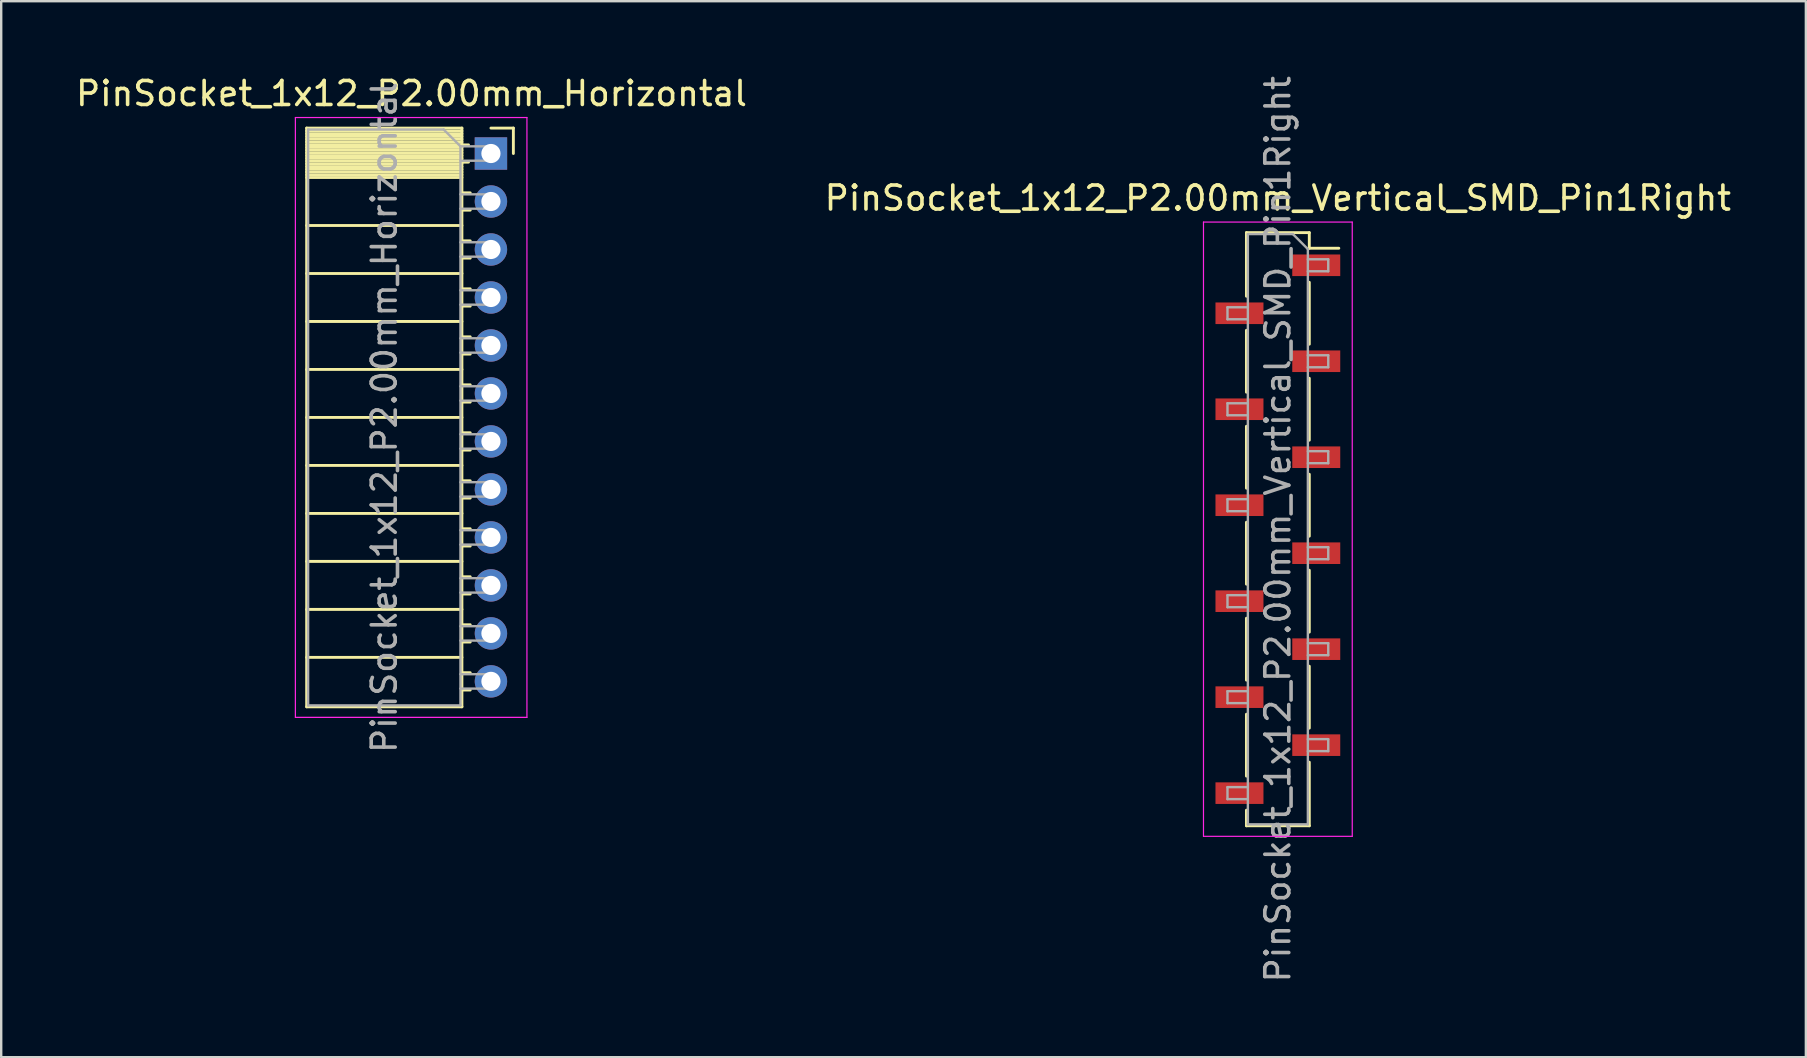
<source format=kicad_pcb>
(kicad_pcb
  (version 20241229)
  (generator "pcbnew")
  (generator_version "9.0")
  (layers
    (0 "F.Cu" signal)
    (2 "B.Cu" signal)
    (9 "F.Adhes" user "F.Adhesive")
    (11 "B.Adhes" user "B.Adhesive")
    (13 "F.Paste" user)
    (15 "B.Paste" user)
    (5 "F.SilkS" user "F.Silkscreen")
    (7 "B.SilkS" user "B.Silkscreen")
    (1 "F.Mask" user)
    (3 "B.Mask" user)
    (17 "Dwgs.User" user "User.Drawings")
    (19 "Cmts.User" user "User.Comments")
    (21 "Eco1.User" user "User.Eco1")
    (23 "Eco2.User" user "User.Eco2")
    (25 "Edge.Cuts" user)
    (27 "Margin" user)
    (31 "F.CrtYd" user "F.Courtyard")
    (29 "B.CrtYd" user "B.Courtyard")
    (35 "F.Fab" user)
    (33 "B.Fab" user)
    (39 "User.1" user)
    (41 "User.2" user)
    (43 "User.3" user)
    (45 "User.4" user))
  (footprint "PinSocket_1x12_P2.00mm_Horizontal"
    (layer "F.Cu")
    (at 17.411 3.348)
    (property "Reference" "PinSocket_1x12_P2.00mm_Horizontal" (at -3.31 -2.5 0) (layer "F.SilkS") (effects (font (size 1 1) (thickness 0.15))))
    (attr through_hole)
    (fp_line (start -7.68 -1.06) (end -7.68 23.06) (stroke (width 0.12) (type solid)) (layer "F.SilkS"))
    (fp_line (start -7.68 -1.06) (end -1.21 -1.06) (stroke (width 0.12) (type solid)) (layer "F.SilkS"))
    (fp_line (start -7.68 -0.94) (end -1.21 -0.94) (stroke (width 0.12) (type solid)) (layer "F.SilkS"))
    (fp_line (start -7.68 -0.826) (end -1.21 -0.826) (stroke (width 0.12) (type solid)) (layer "F.SilkS"))
    (fp_line (start -7.68 -0.712) (end -1.21 -0.712) (stroke (width 0.12) (type solid)) (layer "F.SilkS"))
    (fp_line (start -7.68 -0.598) (end -1.21 -0.598) (stroke (width 0.12) (type solid)) (layer "F.SilkS"))
    (fp_line (start -7.68 -0.484) (end -1.21 -0.484) (stroke (width 0.12) (type solid)) (layer "F.SilkS"))
    (fp_line (start -7.68 -0.369) (end -1.21 -0.369) (stroke (width 0.12) (type solid)) (layer "F.SilkS"))
    (fp_line (start -7.68 -0.255) (end -1.21 -0.255) (stroke (width 0.12) (type solid)) (layer "F.SilkS"))
    (fp_line (start -7.68 -0.141) (end -1.21 -0.141) (stroke (width 0.12) (type solid)) (layer "F.SilkS"))
    (fp_line (start -7.68 -0.027) (end -1.21 -0.027) (stroke (width 0.12) (type solid)) (layer "F.SilkS"))
    (fp_line (start -7.68 0.087) (end -1.21 0.087) (stroke (width 0.12) (type solid)) (layer "F.SilkS"))
    (fp_line (start -7.68 0.201) (end -1.21 0.201) (stroke (width 0.12) (type solid)) (layer "F.SilkS"))
    (fp_line (start -7.68 0.315) (end -1.21 0.315) (stroke (width 0.12) (type solid)) (layer "F.SilkS"))
    (fp_line (start -7.68 0.429) (end -1.21 0.429) (stroke (width 0.12) (type solid)) (layer "F.SilkS"))
    (fp_line (start -7.68 0.544) (end -1.21 0.544) (stroke (width 0.12) (type solid)) (layer "F.SilkS"))
    (fp_line (start -7.68 0.658) (end -1.21 0.658) (stroke (width 0.12) (type solid)) (layer "F.SilkS"))
    (fp_line (start -7.68 0.772) (end -1.21 0.772) (stroke (width 0.12) (type solid)) (layer "F.SilkS"))
    (fp_line (start -7.68 0.886) (end -1.21 0.886) (stroke (width 0.12) (type solid)) (layer "F.SilkS"))
    (fp_line (start -7.68 1) (end -1.21 1) (stroke (width 0.12) (type solid)) (layer "F.SilkS"))
    (fp_line (start -7.68 3) (end -1.21 3) (stroke (width 0.12) (type solid)) (layer "F.SilkS"))
    (fp_line (start -7.68 5) (end -1.21 5) (stroke (width 0.12) (type solid)) (layer "F.SilkS"))
    (fp_line (start -7.68 7) (end -1.21 7) (stroke (width 0.12) (type solid)) (layer "F.SilkS"))
    (fp_line (start -7.68 9) (end -1.21 9) (stroke (width 0.12) (type solid)) (layer "F.SilkS"))
    (fp_line (start -7.68 11) (end -1.21 11) (stroke (width 0.12) (type solid)) (layer "F.SilkS"))
    (fp_line (start -7.68 13) (end -1.21 13) (stroke (width 0.12) (type solid)) (layer "F.SilkS"))
    (fp_line (start -7.68 15) (end -1.21 15) (stroke (width 0.12) (type solid)) (layer "F.SilkS"))
    (fp_line (start -7.68 17) (end -1.21 17) (stroke (width 0.12) (type solid)) (layer "F.SilkS"))
    (fp_line (start -7.68 19) (end -1.21 19) (stroke (width 0.12) (type solid)) (layer "F.SilkS"))
    (fp_line (start -7.68 21) (end -1.21 21) (stroke (width 0.12) (type solid)) (layer "F.SilkS"))
    (fp_line (start -7.68 23.06) (end -1.21 23.06) (stroke (width 0.12) (type solid)) (layer "F.SilkS"))
    (fp_line (start -1.21 -1.06) (end -1.21 23.06) (stroke (width 0.12) (type solid)) (layer "F.SilkS"))
    (fp_line (start -1.21 -0.36) (end -0.935 -0.36) (stroke (width 0.12) (type solid)) (layer "F.SilkS"))
    (fp_line (start -1.21 0.36) (end -0.935 0.36) (stroke (width 0.12) (type solid)) (layer "F.SilkS"))
    (fp_line (start -1.21 1.64) (end -0.863 1.64) (stroke (width 0.12) (type solid)) (layer "F.SilkS"))
    (fp_line (start -1.21 2.36) (end -0.863 2.36) (stroke (width 0.12) (type solid)) (layer "F.SilkS"))
    (fp_line (start -1.21 3.64) (end -0.863 3.64) (stroke (width 0.12) (type solid)) (layer "F.SilkS"))
    (fp_line (start -1.21 4.36) (end -0.863 4.36) (stroke (width 0.12) (type solid)) (layer "F.SilkS"))
    (fp_line (start -1.21 5.64) (end -0.863 5.64) (stroke (width 0.12) (type solid)) (layer "F.SilkS"))
    (fp_line (start -1.21 6.36) (end -0.863 6.36) (stroke (width 0.12) (type solid)) (layer "F.SilkS"))
    (fp_line (start -1.21 7.64) (end -0.863 7.64) (stroke (width 0.12) (type solid)) (layer "F.SilkS"))
    (fp_line (start -1.21 8.36) (end -0.863 8.36) (stroke (width 0.12) (type solid)) (layer "F.SilkS"))
    (fp_line (start -1.21 9.64) (end -0.863 9.64) (stroke (width 0.12) (type solid)) (layer "F.SilkS"))
    (fp_line (start -1.21 10.36) (end -0.863 10.36) (stroke (width 0.12) (type solid)) (layer "F.SilkS"))
    (fp_line (start -1.21 11.64) (end -0.863 11.64) (stroke (width 0.12) (type solid)) (layer "F.SilkS"))
    (fp_line (start -1.21 12.36) (end -0.863 12.36) (stroke (width 0.12) (type solid)) (layer "F.SilkS"))
    (fp_line (start -1.21 13.64) (end -0.863 13.64) (stroke (width 0.12) (type solid)) (layer "F.SilkS"))
    (fp_line (start -1.21 14.36) (end -0.863 14.36) (stroke (width 0.12) (type solid)) (layer "F.SilkS"))
    (fp_line (start -1.21 15.64) (end -0.863 15.64) (stroke (width 0.12) (type solid)) (layer "F.SilkS"))
    (fp_line (start -1.21 16.36) (end -0.863 16.36) (stroke (width 0.12) (type solid)) (layer "F.SilkS"))
    (fp_line (start -1.21 17.64) (end -0.863 17.64) (stroke (width 0.12) (type solid)) (layer "F.SilkS"))
    (fp_line (start -1.21 18.36) (end -0.863 18.36) (stroke (width 0.12) (type solid)) (layer "F.SilkS"))
    (fp_line (start -1.21 19.64) (end -0.863 19.64) (stroke (width 0.12) (type solid)) (layer "F.SilkS"))
    (fp_line (start -1.21 20.36) (end -0.863 20.36) (stroke (width 0.12) (type solid)) (layer "F.SilkS"))
    (fp_line (start -1.21 21.64) (end -0.863 21.64) (stroke (width 0.12) (type solid)) (layer "F.SilkS"))
    (fp_line (start -1.21 22.36) (end -0.863 22.36) (stroke (width 0.12) (type solid)) (layer "F.SilkS"))
    (fp_line (start 0 -1.06) (end 0.935 -1.06) (stroke (width 0.12) (type solid)) (layer "F.SilkS"))
    (fp_line (start 0.935 -1.06) (end 0.935 0) (stroke (width 0.12) (type solid)) (layer "F.SilkS"))
    (fp_line (start -8.15 -1.5) (end -8.15 23.5) (stroke (width 0.05) (type solid)) (layer "F.CrtYd"))
    (fp_line (start -8.15 23.5) (end 1.5 23.5) (stroke (width 0.05) (type solid)) (layer "F.CrtYd"))
    (fp_line (start 1.5 -1.5) (end -8.15 -1.5) (stroke (width 0.05) (type solid)) (layer "F.CrtYd"))
    (fp_line (start 1.5 23.5) (end 1.5 -1.5) (stroke (width 0.05) (type solid)) (layer "F.CrtYd"))
    (fp_line (start -7.62 -1) (end -1.97 -1) (stroke (width 0.1) (type solid)) (layer "F.Fab"))
    (fp_line (start -7.62 23) (end -7.62 -1) (stroke (width 0.1) (type solid)) (layer "F.Fab"))
    (fp_line (start -1.97 -1) (end -1.27 -0.3) (stroke (width 0.1) (type solid)) (layer "F.Fab"))
    (fp_line (start -1.27 -0.3) (end -1.27 23) (stroke (width 0.1) (type solid)) (layer "F.Fab"))
    (fp_line (start -1.27 0.3) (end 0 0.3) (stroke (width 0.1) (type solid)) (layer "F.Fab"))
    (fp_line (start -1.27 2.3) (end 0 2.3) (stroke (width 0.1) (type solid)) (layer "F.Fab"))
    (fp_line (start -1.27 4.3) (end 0 4.3) (stroke (width 0.1) (type solid)) (layer "F.Fab"))
    (fp_line (start -1.27 6.3) (end 0 6.3) (stroke (width 0.1) (type solid)) (layer "F.Fab"))
    (fp_line (start -1.27 8.3) (end 0 8.3) (stroke (width 0.1) (type solid)) (layer "F.Fab"))
    (fp_line (start -1.27 10.3) (end 0 10.3) (stroke (width 0.1) (type solid)) (layer "F.Fab"))
    (fp_line (start -1.27 12.3) (end 0 12.3) (stroke (width 0.1) (type solid)) (layer "F.Fab"))
    (fp_line (start -1.27 14.3) (end 0 14.3) (stroke (width 0.1) (type solid)) (layer "F.Fab"))
    (fp_line (start -1.27 16.3) (end 0 16.3) (stroke (width 0.1) (type solid)) (layer "F.Fab"))
    (fp_line (start -1.27 18.3) (end 0 18.3) (stroke (width 0.1) (type solid)) (layer "F.Fab"))
    (fp_line (start -1.27 20.3) (end 0 20.3) (stroke (width 0.1) (type solid)) (layer "F.Fab"))
    (fp_line (start -1.27 22.3) (end 0 22.3) (stroke (width 0.1) (type solid)) (layer "F.Fab"))
    (fp_line (start -1.27 23) (end -7.62 23) (stroke (width 0.1) (type solid)) (layer "F.Fab"))
    (fp_line (start 0 -0.3) (end -1.27 -0.3) (stroke (width 0.1) (type solid)) (layer "F.Fab"))
    (fp_line (start 0 0.3) (end 0 -0.3) (stroke (width 0.1) (type solid)) (layer "F.Fab"))
    (fp_line (start 0 1.7) (end -1.27 1.7) (stroke (width 0.1) (type solid)) (layer "F.Fab"))
    (fp_line (start 0 2.3) (end 0 1.7) (stroke (width 0.1) (type solid)) (layer "F.Fab"))
    (fp_line (start 0 3.7) (end -1.27 3.7) (stroke (width 0.1) (type solid)) (layer "F.Fab"))
    (fp_line (start 0 4.3) (end 0 3.7) (stroke (width 0.1) (type solid)) (layer "F.Fab"))
    (fp_line (start 0 5.7) (end -1.27 5.7) (stroke (width 0.1) (type solid)) (layer "F.Fab"))
    (fp_line (start 0 6.3) (end 0 5.7) (stroke (width 0.1) (type solid)) (layer "F.Fab"))
    (fp_line (start 0 7.7) (end -1.27 7.7) (stroke (width 0.1) (type solid)) (layer "F.Fab"))
    (fp_line (start 0 8.3) (end 0 7.7) (stroke (width 0.1) (type solid)) (layer "F.Fab"))
    (fp_line (start 0 9.7) (end -1.27 9.7) (stroke (width 0.1) (type solid)) (layer "F.Fab"))
    (fp_line (start 0 10.3) (end 0 9.7) (stroke (width 0.1) (type solid)) (layer "F.Fab"))
    (fp_line (start 0 11.7) (end -1.27 11.7) (stroke (width 0.1) (type solid)) (layer "F.Fab"))
    (fp_line (start 0 12.3) (end 0 11.7) (stroke (width 0.1) (type solid)) (layer "F.Fab"))
    (fp_line (start 0 13.7) (end -1.27 13.7) (stroke (width 0.1) (type solid)) (layer "F.Fab"))
    (fp_line (start 0 14.3) (end 0 13.7) (stroke (width 0.1) (type solid)) (layer "F.Fab"))
    (fp_line (start 0 15.7) (end -1.27 15.7) (stroke (width 0.1) (type solid)) (layer "F.Fab"))
    (fp_line (start 0 16.3) (end 0 15.7) (stroke (width 0.1) (type solid)) (layer "F.Fab"))
    (fp_line (start 0 17.7) (end -1.27 17.7) (stroke (width 0.1) (type solid)) (layer "F.Fab"))
    (fp_line (start 0 18.3) (end 0 17.7) (stroke (width 0.1) (type solid)) (layer "F.Fab"))
    (fp_line (start 0 19.7) (end -1.27 19.7) (stroke (width 0.1) (type solid)) (layer "F.Fab"))
    (fp_line (start 0 20.3) (end 0 19.7) (stroke (width 0.1) (type solid)) (layer "F.Fab"))
    (fp_line (start 0 21.7) (end -1.27 21.7) (stroke (width 0.1) (type solid)) (layer "F.Fab"))
    (fp_line (start 0 22.3) (end 0 21.7) (stroke (width 0.1) (type solid)) (layer "F.Fab"))
    (fp_text user "${REFERENCE}" (at -4.445 11 90) (layer "F.Fab") (effects (font (size 1 1) (thickness 0.15))))
    (pad "1" thru_hole rect (at 0 0) (size 1.35 1.35) (drill 0.8) (layers "*.Cu" "*.Mask"))
    (pad "2" thru_hole oval (at 0 2) (size 1.35 1.35) (drill 0.8) (layers "*.Cu" "*.Mask"))
    (pad "3" thru_hole oval (at 0 4) (size 1.35 1.35) (drill 0.8) (layers "*.Cu" "*.Mask"))
    (pad "4" thru_hole oval (at 0 6) (size 1.35 1.35) (drill 0.8) (layers "*.Cu" "*.Mask"))
    (pad "5" thru_hole oval (at 0 8) (size 1.35 1.35) (drill 0.8) (layers "*.Cu" "*.Mask"))
    (pad "6" thru_hole oval (at 0 10) (size 1.35 1.35) (drill 0.8) (layers "*.Cu" "*.Mask"))
    (pad "7" thru_hole oval (at 0 12) (size 1.35 1.35) (drill 0.8) (layers "*.Cu" "*.Mask"))
    (pad "8" thru_hole oval (at 0 14) (size 1.35 1.35) (drill 0.8) (layers "*.Cu" "*.Mask"))
    (pad "9" thru_hole oval (at 0 16) (size 1.35 1.35) (drill 0.8) (layers "*.Cu" "*.Mask"))
    (pad "10" thru_hole oval (at 0 18) (size 1.35 1.35) (drill 0.8) (layers "*.Cu" "*.Mask"))
    (pad "11" thru_hole oval (at 0 20) (size 1.35 1.35) (drill 0.8) (layers "*.Cu" "*.Mask"))
    (pad "12" thru_hole oval (at 0 22) (size 1.35 1.35) (drill 0.8) (layers "*.Cu" "*.Mask")))
  (footprint "PinSocket_1x12_P2.00mm_Vertical_SMD_Pin1Right"
    (layer "F.Cu")
    (at 50.208 19.006)
    (property "Reference" "PinSocket_1x12_P2.00mm_Vertical_SMD_Pin1Right" (at 0 -13.8 0) (layer "F.SilkS") (effects (font (size 1 1) (thickness 0.15))))
    (attr smd)
    (fp_line (start -1.31 -12.36) (end -1.31 -9.71) (stroke (width 0.12) (type solid)) (layer "F.SilkS"))
    (fp_line (start -1.31 -12.36) (end 1.31 -12.36) (stroke (width 0.12) (type solid)) (layer "F.SilkS"))
    (fp_line (start -1.31 -8.29) (end -1.31 -5.71) (stroke (width 0.12) (type solid)) (layer "F.SilkS"))
    (fp_line (start -1.31 -4.29) (end -1.31 -1.71) (stroke (width 0.12) (type solid)) (layer "F.SilkS"))
    (fp_line (start -1.31 -0.29) (end -1.31 2.29) (stroke (width 0.12) (type solid)) (layer "F.SilkS"))
    (fp_line (start -1.31 3.71) (end -1.31 6.29) (stroke (width 0.12) (type solid)) (layer "F.SilkS"))
    (fp_line (start -1.31 7.71) (end -1.31 10.29) (stroke (width 0.12) (type solid)) (layer "F.SilkS"))
    (fp_line (start -1.31 11.71) (end -1.31 12.36) (stroke (width 0.12) (type solid)) (layer "F.SilkS"))
    (fp_line (start -1.31 12.36) (end 1.31 12.36) (stroke (width 0.12) (type solid)) (layer "F.SilkS"))
    (fp_line (start 1.31 -12.36) (end 1.31 -11.71) (stroke (width 0.12) (type solid)) (layer "F.SilkS"))
    (fp_line (start 1.31 -11.71) (end 2.54 -11.71) (stroke (width 0.12) (type solid)) (layer "F.SilkS"))
    (fp_line (start 1.31 -10.29) (end 1.31 -7.71) (stroke (width 0.12) (type solid)) (layer "F.SilkS"))
    (fp_line (start 1.31 -6.29) (end 1.31 -3.71) (stroke (width 0.12) (type solid)) (layer "F.SilkS"))
    (fp_line (start 1.31 -2.29) (end 1.31 0.29) (stroke (width 0.12) (type solid)) (layer "F.SilkS"))
    (fp_line (start 1.31 1.71) (end 1.31 4.29) (stroke (width 0.12) (type solid)) (layer "F.SilkS"))
    (fp_line (start 1.31 5.71) (end 1.31 8.29) (stroke (width 0.12) (type solid)) (layer "F.SilkS"))
    (fp_line (start 1.31 9.71) (end 1.31 12.36) (stroke (width 0.12) (type solid)) (layer "F.SilkS"))
    (fp_line (start -3.1 -12.8) (end 3.1 -12.8) (stroke (width 0.05) (type solid)) (layer "F.CrtYd"))
    (fp_line (start -3.1 12.8) (end -3.1 -12.8) (stroke (width 0.05) (type solid)) (layer "F.CrtYd"))
    (fp_line (start 3.1 -12.8) (end 3.1 12.8) (stroke (width 0.05) (type solid)) (layer "F.CrtYd"))
    (fp_line (start 3.1 12.8) (end -3.1 12.8) (stroke (width 0.05) (type solid)) (layer "F.CrtYd"))
    (fp_line (start -2.1 -9.25) (end -1.25 -9.25) (stroke (width 0.1) (type solid)) (layer "F.Fab"))
    (fp_line (start -2.1 -8.75) (end -2.1 -9.25) (stroke (width 0.1) (type solid)) (layer "F.Fab"))
    (fp_line (start -2.1 -5.25) (end -1.25 -5.25) (stroke (width 0.1) (type solid)) (layer "F.Fab"))
    (fp_line (start -2.1 -4.75) (end -2.1 -5.25) (stroke (width 0.1) (type solid)) (layer "F.Fab"))
    (fp_line (start -2.1 -1.25) (end -1.25 -1.25) (stroke (width 0.1) (type solid)) (layer "F.Fab"))
    (fp_line (start -2.1 -0.75) (end -2.1 -1.25) (stroke (width 0.1) (type solid)) (layer "F.Fab"))
    (fp_line (start -2.1 2.75) (end -1.25 2.75) (stroke (width 0.1) (type solid)) (layer "F.Fab"))
    (fp_line (start -2.1 3.25) (end -2.1 2.75) (stroke (width 0.1) (type solid)) (layer "F.Fab"))
    (fp_line (start -2.1 6.75) (end -1.25 6.75) (stroke (width 0.1) (type solid)) (layer "F.Fab"))
    (fp_line (start -2.1 7.25) (end -2.1 6.75) (stroke (width 0.1) (type solid)) (layer "F.Fab"))
    (fp_line (start -2.1 10.75) (end -1.25 10.75) (stroke (width 0.1) (type solid)) (layer "F.Fab"))
    (fp_line (start -2.1 11.25) (end -2.1 10.75) (stroke (width 0.1) (type solid)) (layer "F.Fab"))
    (fp_line (start -1.25 -12.3) (end 0.625 -12.3) (stroke (width 0.1) (type solid)) (layer "F.Fab"))
    (fp_line (start -1.25 -8.75) (end -2.1 -8.75) (stroke (width 0.1) (type solid)) (layer "F.Fab"))
    (fp_line (start -1.25 -4.75) (end -2.1 -4.75) (stroke (width 0.1) (type solid)) (layer "F.Fab"))
    (fp_line (start -1.25 -0.75) (end -2.1 -0.75) (stroke (width 0.1) (type solid)) (layer "F.Fab"))
    (fp_line (start -1.25 3.25) (end -2.1 3.25) (stroke (width 0.1) (type solid)) (layer "F.Fab"))
    (fp_line (start -1.25 7.25) (end -2.1 7.25) (stroke (width 0.1) (type solid)) (layer "F.Fab"))
    (fp_line (start -1.25 11.25) (end -2.1 11.25) (stroke (width 0.1) (type solid)) (layer "F.Fab"))
    (fp_line (start -1.25 12.3) (end -1.25 -12.3) (stroke (width 0.1) (type solid)) (layer "F.Fab"))
    (fp_line (start 0.625 -12.3) (end 1.25 -11.675) (stroke (width 0.1) (type solid)) (layer "F.Fab"))
    (fp_line (start 1.25 -11.675) (end 1.25 12.3) (stroke (width 0.1) (type solid)) (layer "F.Fab"))
    (fp_line (start 1.25 -11.25) (end 2.1 -11.25) (stroke (width 0.1) (type solid)) (layer "F.Fab"))
    (fp_line (start 1.25 -7.25) (end 2.1 -7.25) (stroke (width 0.1) (type solid)) (layer "F.Fab"))
    (fp_line (start 1.25 -3.25) (end 2.1 -3.25) (stroke (width 0.1) (type solid)) (layer "F.Fab"))
    (fp_line (start 1.25 0.75) (end 2.1 0.75) (stroke (width 0.1) (type solid)) (layer "F.Fab"))
    (fp_line (start 1.25 4.75) (end 2.1 4.75) (stroke (width 0.1) (type solid)) (layer "F.Fab"))
    (fp_line (start 1.25 8.75) (end 2.1 8.75) (stroke (width 0.1) (type solid)) (layer "F.Fab"))
    (fp_line (start 1.25 12.3) (end -1.25 12.3) (stroke (width 0.1) (type solid)) (layer "F.Fab"))
    (fp_line (start 2.1 -11.25) (end 2.1 -10.75) (stroke (width 0.1) (type solid)) (layer "F.Fab"))
    (fp_line (start 2.1 -10.75) (end 1.25 -10.75) (stroke (width 0.1) (type solid)) (layer "F.Fab"))
    (fp_line (start 2.1 -7.25) (end 2.1 -6.75) (stroke (width 0.1) (type solid)) (layer "F.Fab"))
    (fp_line (start 2.1 -6.75) (end 1.25 -6.75) (stroke (width 0.1) (type solid)) (layer "F.Fab"))
    (fp_line (start 2.1 -3.25) (end 2.1 -2.75) (stroke (width 0.1) (type solid)) (layer "F.Fab"))
    (fp_line (start 2.1 -2.75) (end 1.25 -2.75) (stroke (width 0.1) (type solid)) (layer "F.Fab"))
    (fp_line (start 2.1 0.75) (end 2.1 1.25) (stroke (width 0.1) (type solid)) (layer "F.Fab"))
    (fp_line (start 2.1 1.25) (end 1.25 1.25) (stroke (width 0.1) (type solid)) (layer "F.Fab"))
    (fp_line (start 2.1 4.75) (end 2.1 5.25) (stroke (width 0.1) (type solid)) (layer "F.Fab"))
    (fp_line (start 2.1 5.25) (end 1.25 5.25) (stroke (width 0.1) (type solid)) (layer "F.Fab"))
    (fp_line (start 2.1 8.75) (end 2.1 9.25) (stroke (width 0.1) (type solid)) (layer "F.Fab"))
    (fp_line (start 2.1 9.25) (end 1.25 9.25) (stroke (width 0.1) (type solid)) (layer "F.Fab"))
    (fp_text user "${REFERENCE}" (at 0 0 90) (layer "F.Fab") (effects (font (size 1 1) (thickness 0.15))))
    (pad "1" smd rect (at 1.6 -11) (size 2 0.9) (layers "F.Cu" "F.Mask" "F.Paste"))
    (pad "2" smd rect (at -1.6 -9) (size 2 0.9) (layers "F.Cu" "F.Mask" "F.Paste"))
    (pad "3" smd rect (at 1.6 -7) (size 2 0.9) (layers "F.Cu" "F.Mask" "F.Paste"))
    (pad "4" smd rect (at -1.6 -5) (size 2 0.9) (layers "F.Cu" "F.Mask" "F.Paste"))
    (pad "5" smd rect (at 1.6 -3) (size 2 0.9) (layers "F.Cu" "F.Mask" "F.Paste"))
    (pad "6" smd rect (at -1.6 -1) (size 2 0.9) (layers "F.Cu" "F.Mask" "F.Paste"))
    (pad "7" smd rect (at 1.6 1) (size 2 0.9) (layers "F.Cu" "F.Mask" "F.Paste"))
    (pad "8" smd rect (at -1.6 3) (size 2 0.9) (layers "F.Cu" "F.Mask" "F.Paste"))
    (pad "9" smd rect (at 1.6 5) (size 2 0.9) (layers "F.Cu" "F.Mask" "F.Paste"))
    (pad "10" smd rect (at -1.6 7) (size 2 0.9) (layers "F.Cu" "F.Mask" "F.Paste"))
    (pad "11" smd rect (at 1.6 9) (size 2 0.9) (layers "F.Cu" "F.Mask" "F.Paste"))
    (pad "12" smd rect (at -1.6 11) (size 2 0.9) (layers "F.Cu" "F.Mask" "F.Paste")))
  (gr_rect
    (start -3 -3)
    (end 72.214 41.012)
    (stroke (width 0.1) (type default))
    (fill no)
    (layer "Edge.Cuts")))
</source>
